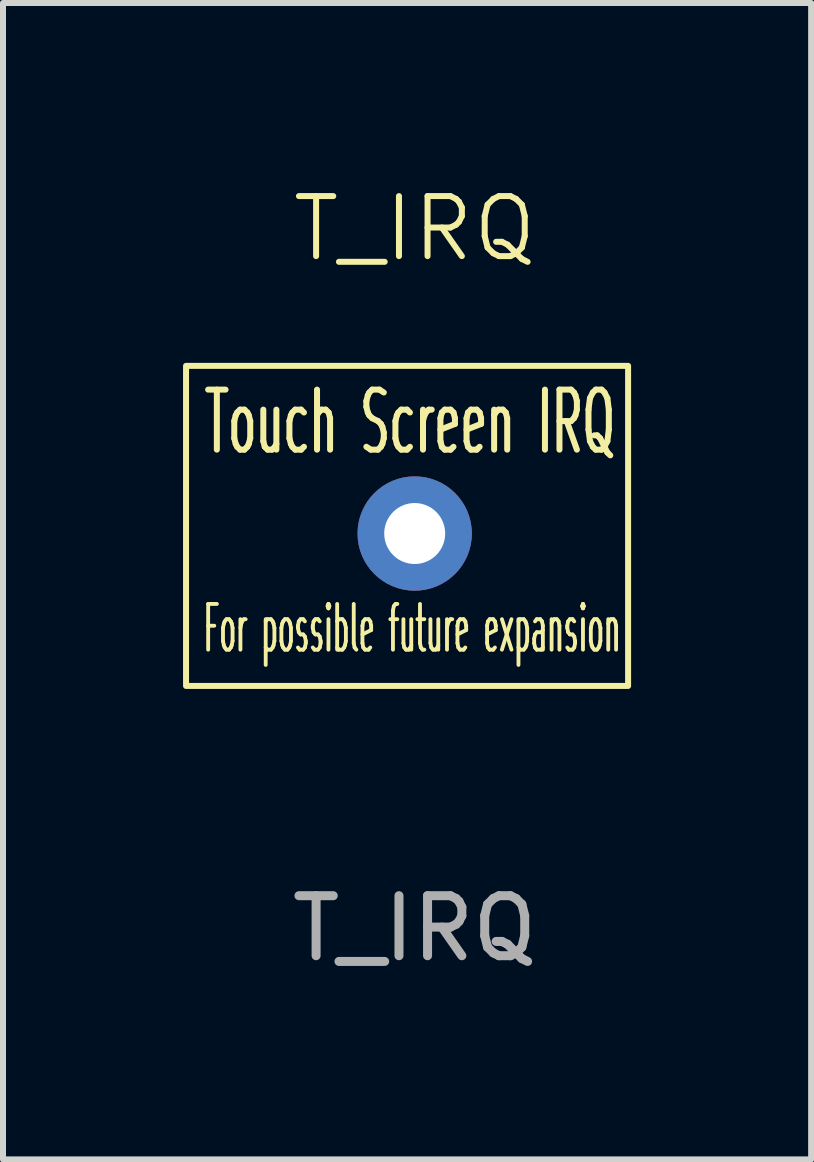
<source format=kicad_pcb>
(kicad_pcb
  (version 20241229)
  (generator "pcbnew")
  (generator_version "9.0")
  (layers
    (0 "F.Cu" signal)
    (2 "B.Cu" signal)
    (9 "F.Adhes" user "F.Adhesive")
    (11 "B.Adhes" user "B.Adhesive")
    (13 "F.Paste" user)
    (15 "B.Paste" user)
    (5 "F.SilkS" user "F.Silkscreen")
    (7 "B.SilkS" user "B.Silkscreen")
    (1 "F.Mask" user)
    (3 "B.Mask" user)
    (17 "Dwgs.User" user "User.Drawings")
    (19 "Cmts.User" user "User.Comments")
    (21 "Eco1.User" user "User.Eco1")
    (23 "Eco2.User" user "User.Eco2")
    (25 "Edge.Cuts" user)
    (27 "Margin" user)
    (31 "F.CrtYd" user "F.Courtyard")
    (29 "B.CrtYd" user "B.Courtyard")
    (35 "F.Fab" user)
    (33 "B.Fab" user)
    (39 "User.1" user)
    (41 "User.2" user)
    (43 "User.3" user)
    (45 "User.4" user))
  (footprint "T_IRQ"
    (layer "F.Cu")
    (at 3.86 5.84)
    (property "Reference" "T_IRQ" (at 0 -5.08 0) (unlocked yes) (layer "F.SilkS") (effects (font (size 1 1) (thickness 0.1))))
    (attr through_hole)
    (fp_rect (start -3.81 -2.794) (end 3.556 2.54) (stroke (width 0.1) (type default)) (fill no) (layer "F.SilkS"))
    (fp_text user "Touch Screen IRQ" (at -3.556 -1.27 0) (unlocked yes) (layer "F.SilkS") (effects (font (size 1 0.508) (thickness 0.1)) (justify left bottom)))
    (fp_text user "For possible future expansion" (at -3.556 2.032 0) (unlocked yes) (layer "F.SilkS") (effects (font (size 0.762 0.305) (thickness 0.064)) (justify left bottom)))
    (fp_text user "${REFERENCE}" (at 0 6.58 0) (unlocked yes) (layer "F.Fab") (effects (font (size 1 1) (thickness 0.15))))
    (pad "1" thru_hole circle (at 0 0) (size 1.905 1.905) (drill 1.016) (layers "*.Cu" "*.Mask")))
  (gr_rect
    (start -3 -3)
    (end 10.466 16.269)
    (stroke (width 0.1) (type default))
    (fill no)
    (layer "Edge.Cuts")))
</source>
